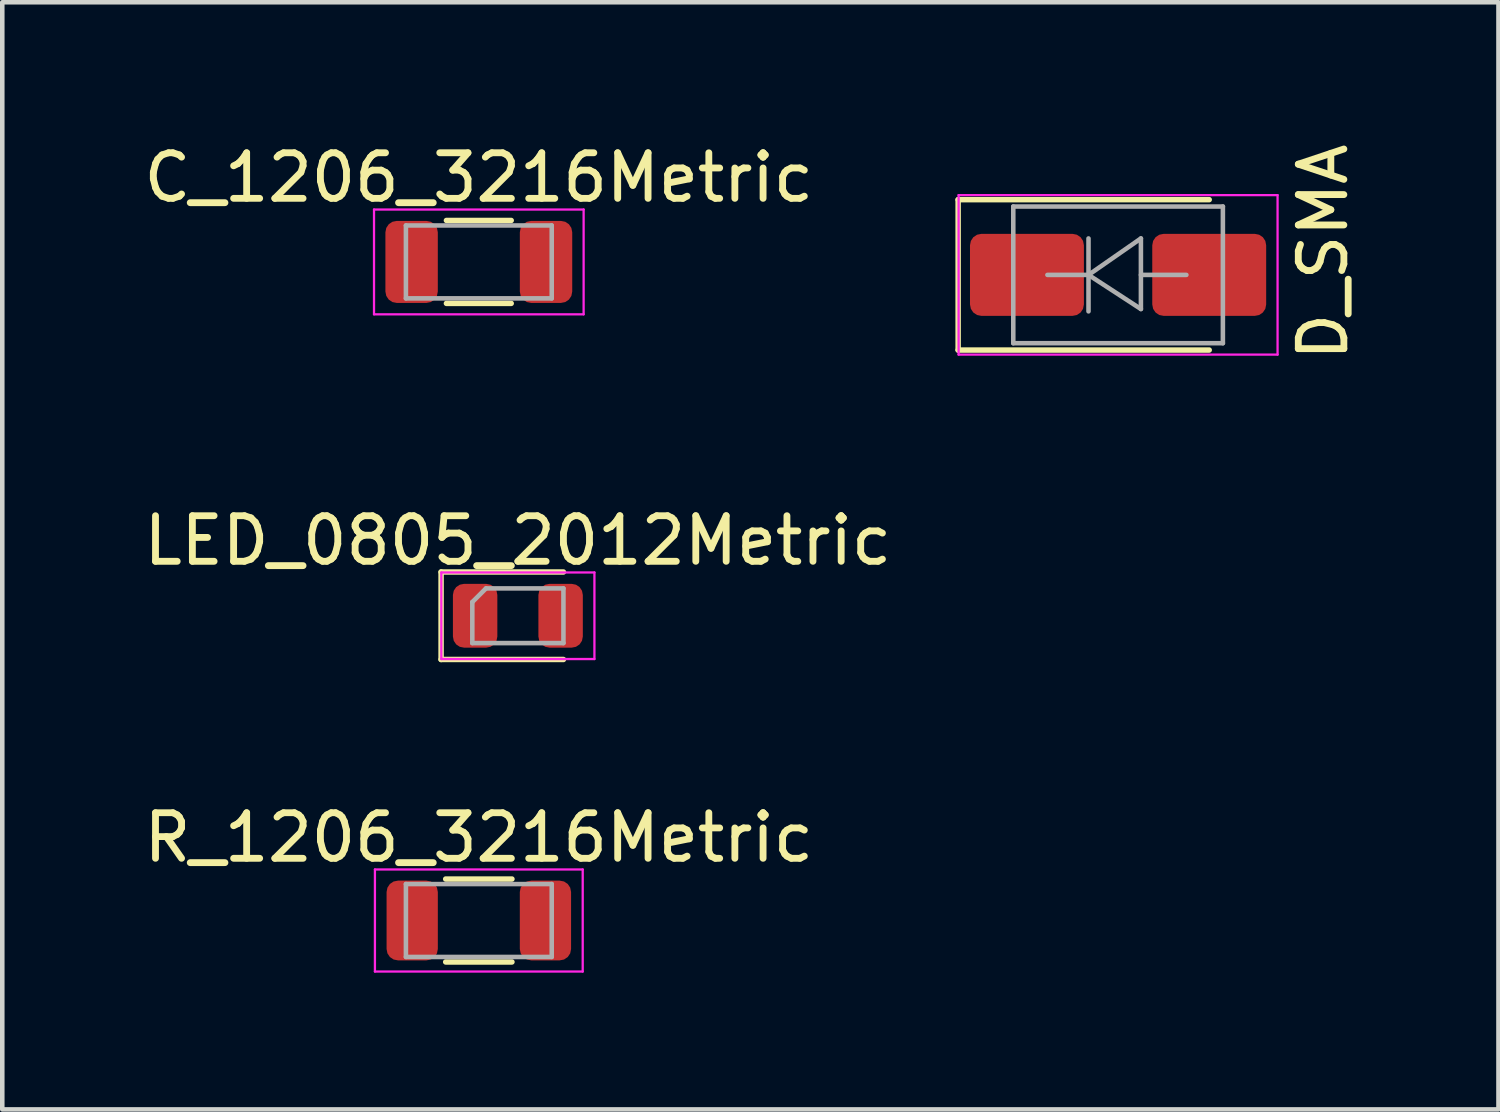
<source format=kicad_pcb>
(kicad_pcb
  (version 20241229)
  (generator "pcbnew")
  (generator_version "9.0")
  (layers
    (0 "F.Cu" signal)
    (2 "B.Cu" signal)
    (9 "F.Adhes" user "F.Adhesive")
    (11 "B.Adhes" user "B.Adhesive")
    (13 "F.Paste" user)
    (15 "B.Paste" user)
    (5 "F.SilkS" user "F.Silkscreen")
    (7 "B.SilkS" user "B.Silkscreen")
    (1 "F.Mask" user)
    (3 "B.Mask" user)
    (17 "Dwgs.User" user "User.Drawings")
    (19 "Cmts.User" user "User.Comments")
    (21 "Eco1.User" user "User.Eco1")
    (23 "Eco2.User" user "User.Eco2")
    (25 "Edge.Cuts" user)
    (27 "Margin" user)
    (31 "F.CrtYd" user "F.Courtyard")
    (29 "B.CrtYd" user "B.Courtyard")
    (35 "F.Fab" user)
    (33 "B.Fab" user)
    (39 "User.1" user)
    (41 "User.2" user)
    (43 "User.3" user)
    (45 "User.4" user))
  (footprint "D_SMA"
    (layer "F.Cu")
    (at 21.487 2.982)
    (property "Reference" "D_SMA" (at 4.5 -0.5 90) (layer "F.SilkS") (effects (font (size 1 1) (thickness 0.15))))
    (attr smd)
    (fp_line (start -3.51 -1.65) (end -3.51 1.65) (stroke (width 0.12) (type solid)) (layer "F.SilkS"))
    (fp_line (start -3.51 -1.65) (end 2 -1.65) (stroke (width 0.12) (type solid)) (layer "F.SilkS"))
    (fp_line (start -3.51 1.65) (end 2 1.65) (stroke (width 0.12) (type solid)) (layer "F.SilkS"))
    (fp_line (start -3.5 -1.75) (end 3.5 -1.75) (stroke (width 0.05) (type solid)) (layer "F.CrtYd"))
    (fp_line (start -3.5 1.75) (end -3.5 -1.75) (stroke (width 0.05) (type solid)) (layer "F.CrtYd"))
    (fp_line (start 3.5 -1.75) (end 3.5 1.75) (stroke (width 0.05) (type solid)) (layer "F.CrtYd"))
    (fp_line (start 3.5 1.75) (end -3.5 1.75) (stroke (width 0.05) (type solid)) (layer "F.CrtYd"))
    (fp_line (start -2.3 1.5) (end -2.3 -1.5) (stroke (width 0.1) (type solid)) (layer "F.Fab"))
    (fp_line (start -0.649 -0.799) (end -0.649 0.801) (stroke (width 0.1) (type solid)) (layer "F.Fab"))
    (fp_line (start -0.649 0.001) (end -1.551 0.001) (stroke (width 0.1) (type solid)) (layer "F.Fab"))
    (fp_line (start -0.649 0.001) (end 0.501 -0.799) (stroke (width 0.1) (type solid)) (layer "F.Fab"))
    (fp_line (start -0.649 0.001) (end 0.501 0.75) (stroke (width 0.1) (type solid)) (layer "F.Fab"))
    (fp_line (start 0.501 0.001) (end 1.499 0.001) (stroke (width 0.1) (type solid)) (layer "F.Fab"))
    (fp_line (start 0.501 0.75) (end 0.501 -0.799) (stroke (width 0.1) (type solid)) (layer "F.Fab"))
    (fp_line (start 2.3 -1.5) (end -2.3 -1.5) (stroke (width 0.1) (type solid)) (layer "F.Fab"))
    (fp_line (start 2.3 -1.5) (end 2.3 1.5) (stroke (width 0.1) (type solid)) (layer "F.Fab"))
    (fp_line (start 2.3 1.5) (end -2.3 1.5) (stroke (width 0.1) (type solid)) (layer "F.Fab"))
    (pad "1" smd roundrect (at -2 0) (size 2.5 1.8) (layers "F.Cu" "F.Mask" "F.Paste") (roundrect_rratio 0.139))
    (pad "2" smd roundrect (at 2 0) (size 2.5 1.8) (layers "F.Cu" "F.Mask" "F.Paste") (roundrect_rratio 0.139)))
  (footprint "R_1206_3216Metric"
    (layer "F.Cu")
    (at 7.458 17.151)
    (property "Reference" "R_1206_3216Metric" (at 0 -1.82 0) (layer "F.SilkS") (effects (font (size 1 1) (thickness 0.15))))
    (attr smd)
    (fp_line (start -0.727 -0.91) (end 0.727 -0.91) (stroke (width 0.12) (type solid)) (layer "F.SilkS"))
    (fp_line (start -0.727 0.91) (end 0.727 0.91) (stroke (width 0.12) (type solid)) (layer "F.SilkS"))
    (fp_line (start -2.28 -1.12) (end 2.28 -1.12) (stroke (width 0.05) (type solid)) (layer "F.CrtYd"))
    (fp_line (start -2.28 1.12) (end -2.28 -1.12) (stroke (width 0.05) (type solid)) (layer "F.CrtYd"))
    (fp_line (start 2.28 -1.12) (end 2.28 1.12) (stroke (width 0.05) (type solid)) (layer "F.CrtYd"))
    (fp_line (start 2.28 1.12) (end -2.28 1.12) (stroke (width 0.05) (type solid)) (layer "F.CrtYd"))
    (fp_line (start -1.6 -0.8) (end 1.6 -0.8) (stroke (width 0.1) (type solid)) (layer "F.Fab"))
    (fp_line (start -1.6 0.8) (end -1.6 -0.8) (stroke (width 0.1) (type solid)) (layer "F.Fab"))
    (fp_line (start 1.6 -0.8) (end 1.6 0.8) (stroke (width 0.1) (type solid)) (layer "F.Fab"))
    (fp_line (start 1.6 0.8) (end -1.6 0.8) (stroke (width 0.1) (type solid)) (layer "F.Fab"))
    (pad "1" smd roundrect (at -1.462 0) (size 1.125 1.75) (layers "F.Cu" "F.Mask" "F.Paste") (roundrect_rratio 0.222))
    (pad "2" smd roundrect (at 1.462 0) (size 1.125 1.75) (layers "F.Cu" "F.Mask" "F.Paste") (roundrect_rratio 0.222)))
  (footprint "LED_0805_2012Metric"
    (layer "F.Cu")
    (at 8.315 10.463)
    (property "Reference" "LED_0805_2012Metric" (at 0 -1.65 0) (layer "F.SilkS") (effects (font (size 1 1) (thickness 0.15))))
    (attr smd)
    (fp_line (start -1.685 -0.96) (end -1.685 0.96) (stroke (width 0.12) (type solid)) (layer "F.SilkS"))
    (fp_line (start -1.685 0.96) (end 1 0.96) (stroke (width 0.12) (type solid)) (layer "F.SilkS"))
    (fp_line (start 1 -0.96) (end -1.685 -0.96) (stroke (width 0.12) (type solid)) (layer "F.SilkS"))
    (fp_line (start -1.68 -0.95) (end 1.68 -0.95) (stroke (width 0.05) (type solid)) (layer "F.CrtYd"))
    (fp_line (start -1.68 0.95) (end -1.68 -0.95) (stroke (width 0.05) (type solid)) (layer "F.CrtYd"))
    (fp_line (start 1.68 -0.95) (end 1.68 0.95) (stroke (width 0.05) (type solid)) (layer "F.CrtYd"))
    (fp_line (start 1.68 0.95) (end -1.68 0.95) (stroke (width 0.05) (type solid)) (layer "F.CrtYd"))
    (fp_line (start -1 -0.3) (end -1 0.6) (stroke (width 0.1) (type solid)) (layer "F.Fab"))
    (fp_line (start -1 0.6) (end 1 0.6) (stroke (width 0.1) (type solid)) (layer "F.Fab"))
    (fp_line (start -0.7 -0.6) (end -1 -0.3) (stroke (width 0.1) (type solid)) (layer "F.Fab"))
    (fp_line (start 1 -0.6) (end -0.7 -0.6) (stroke (width 0.1) (type solid)) (layer "F.Fab"))
    (fp_line (start 1 0.6) (end 1 -0.6) (stroke (width 0.1) (type solid)) (layer "F.Fab"))
    (pad "1" smd roundrect (at -0.938 0) (size 0.975 1.4) (layers "F.Cu" "F.Mask" "F.Paste") (roundrect_rratio 0.25))
    (pad "2" smd roundrect (at 0.938 0) (size 0.975 1.4) (layers "F.Cu" "F.Mask" "F.Paste") (roundrect_rratio 0.25)))
  (footprint "C_1206_3216Metric"
    (layer "F.Cu")
    (at 7.458 2.698)
    (property "Reference" "C_1206_3216Metric" (at 0 -1.85 180) (layer "F.SilkS") (effects (font (size 1 1) (thickness 0.15))))
    (attr smd)
    (fp_line (start -0.711 -0.91) (end 0.711 -0.91) (stroke (width 0.12) (type solid)) (layer "F.SilkS"))
    (fp_line (start -0.711 0.91) (end 0.711 0.91) (stroke (width 0.12) (type solid)) (layer "F.SilkS"))
    (fp_line (start -2.3 -1.15) (end 2.3 -1.15) (stroke (width 0.05) (type solid)) (layer "F.CrtYd"))
    (fp_line (start -2.3 1.15) (end -2.3 -1.15) (stroke (width 0.05) (type solid)) (layer "F.CrtYd"))
    (fp_line (start 2.3 -1.15) (end 2.3 1.15) (stroke (width 0.05) (type solid)) (layer "F.CrtYd"))
    (fp_line (start 2.3 1.15) (end -2.3 1.15) (stroke (width 0.05) (type solid)) (layer "F.CrtYd"))
    (fp_line (start -1.6 -0.8) (end 1.6 -0.8) (stroke (width 0.1) (type solid)) (layer "F.Fab"))
    (fp_line (start -1.6 0.8) (end -1.6 -0.8) (stroke (width 0.1) (type solid)) (layer "F.Fab"))
    (fp_line (start 1.6 -0.8) (end 1.6 0.8) (stroke (width 0.1) (type solid)) (layer "F.Fab"))
    (fp_line (start 1.6 0.8) (end -1.6 0.8) (stroke (width 0.1) (type solid)) (layer "F.Fab"))
    (pad "1" smd roundrect (at -1.475 0) (size 1.15 1.8) (layers "F.Cu" "F.Mask" "F.Paste") (roundrect_rratio 0.217))
    (pad "2" smd roundrect (at 1.475 0) (size 1.15 1.8) (layers "F.Cu" "F.Mask" "F.Paste") (roundrect_rratio 0.217)))
  (gr_rect
    (start -3 -3)
    (end 29.835 21.296)
    (stroke (width 0.1) (type default))
    (fill no)
    (layer "Edge.Cuts")))
</source>
